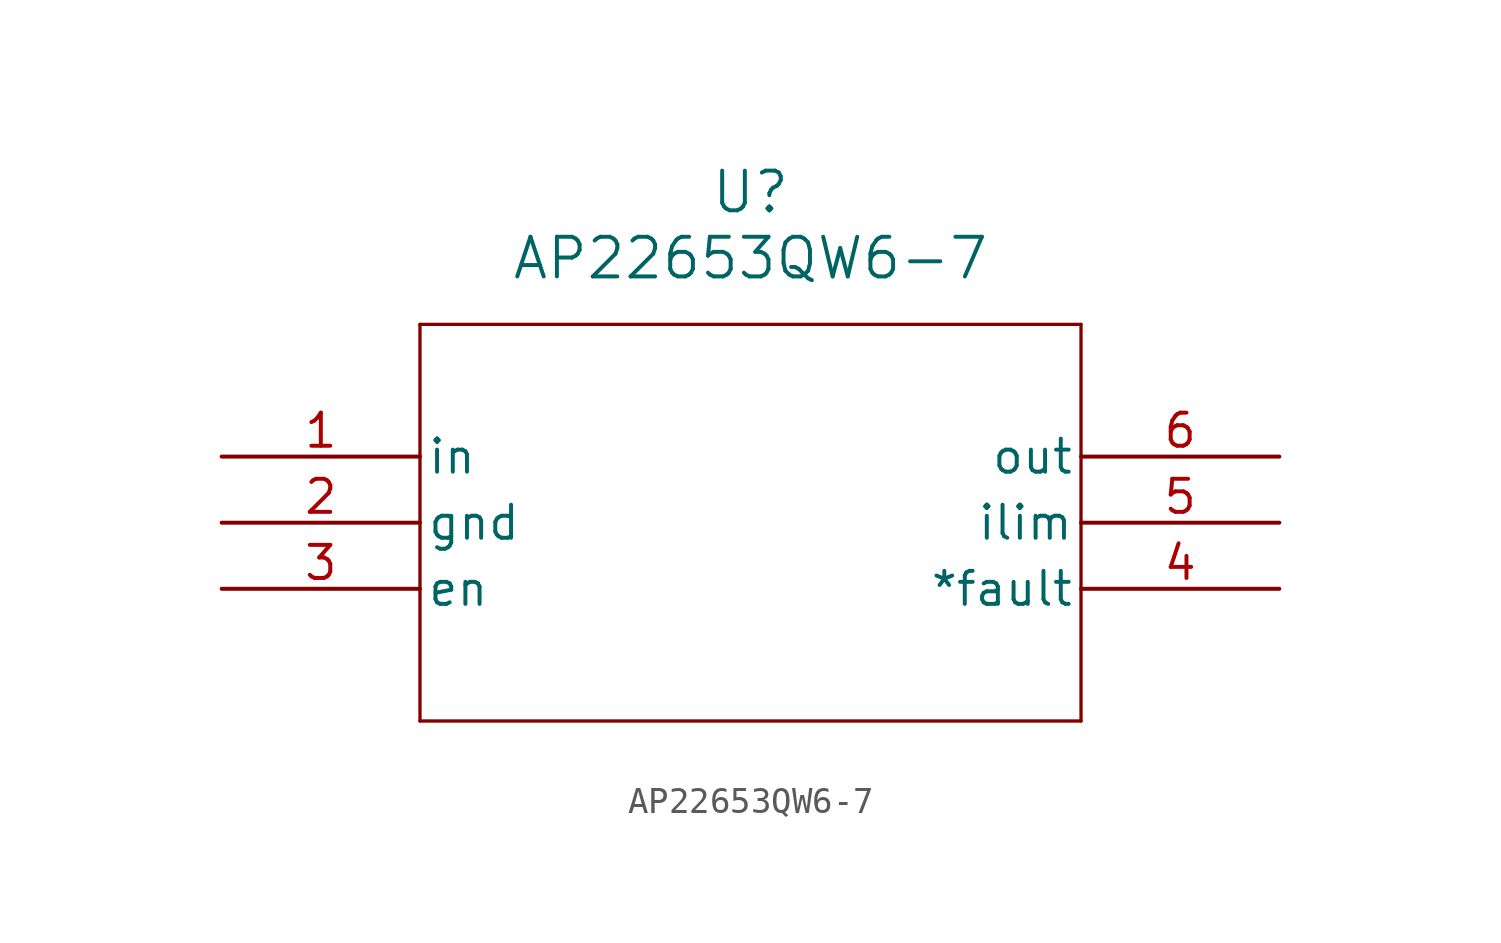
<source format=kicad_sym>
(kicad_symbol_lib
  (version 20211014)
  (generator kicad_symbol_editor)
  (symbol "AP22653QW6-7"
    (pin_names
      (offset 0.254))
    (property "Reference" "U"
      (at 20.32 10.16 0)
      (effects (font (size 1.524 1.524))))
    (property "Value" "AP22653QW6-7"
      (at 20.32 7.62 0)
      (effects (font (size 1.524 1.524))))
    (symbol "AP22653QW6-7_0_1"
      (polyline (pts (xy 7.62 5.08) (xy 7.62 -10.16)) (stroke (width 0.127) (type default) (color 0 0 0 0)) (fill (type none)))
      (polyline (pts (xy 7.62 -10.16) (xy 33.02 -10.16)) (stroke (width 0.127) (type default) (color 0 0 0 0)) (fill (type none)))
      (polyline (pts (xy 33.02 -10.16) (xy 33.02 5.08)) (stroke (width 0.127) (type default) (color 0 0 0 0)) (fill (type none)))
      (polyline (pts (xy 33.02 5.08) (xy 7.62 5.08)) (stroke (width 0.127) (type default) (color 0 0 0 0)) (fill (type none)))
      (pin input line (at 0 0 0) (length 7.62) (name "in" (effects (font (size 1.27 1.27)))) (number "1" (effects (font (size 1.27 1.27)))))
      (pin power_out line (at 0 -2.54 0) (length 7.62) (name "gnd" (effects (font (size 1.27 1.27)))) (number "2" (effects (font (size 1.27 1.27)))))
      (pin input line (at 0 -5.08 0) (length 7.62) (name "en" (effects (font (size 1.27 1.27)))) (number "3" (effects (font (size 1.27 1.27)))))
      (pin output line (at 40.64 -5.08 180) (length 7.62) (name "*fault" (effects (font (size 1.27 1.27)))) (number "4" (effects (font (size 1.27 1.27)))))
      (pin output line (at 40.64 -2.54 180) (length 7.62) (name "ilim" (effects (font (size 1.27 1.27)))) (number "5" (effects (font (size 1.27 1.27)))))
      (pin output line (at 40.64 0 180) (length 7.62) (name "out" (effects (font (size 1.27 1.27)))) (number "6" (effects (font (size 1.27 1.27))))))))
</source>
